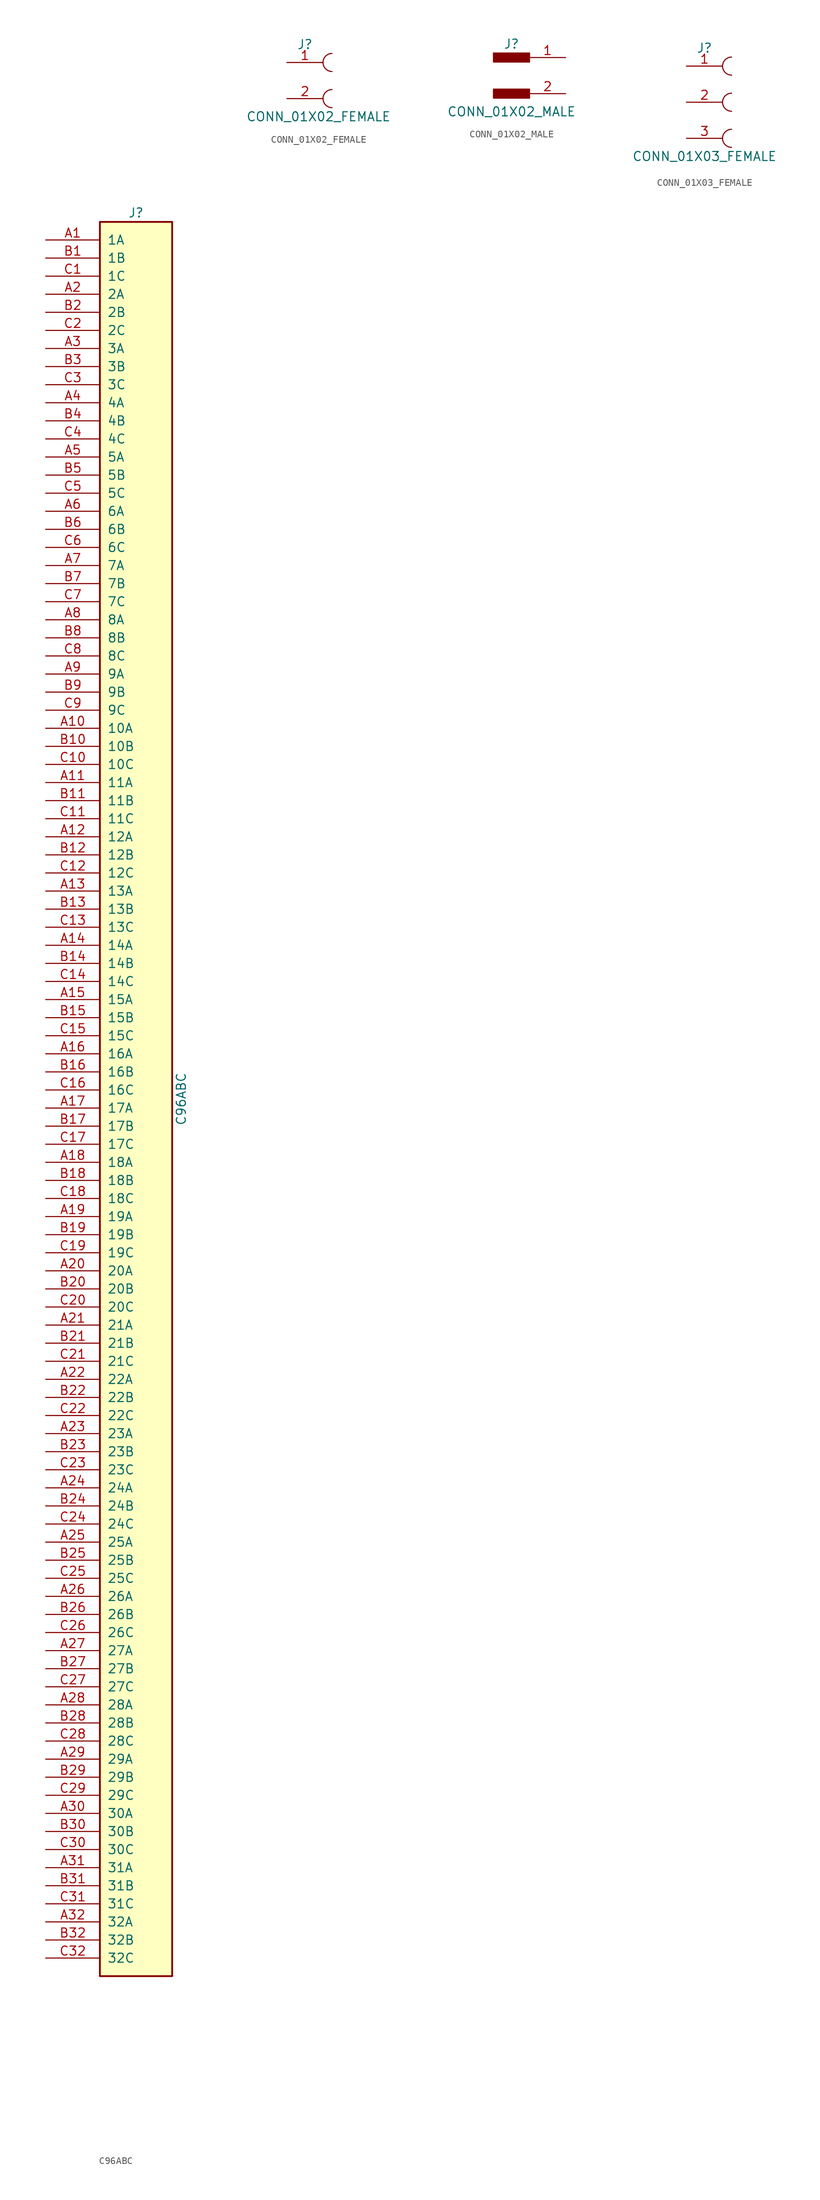
<source format=kicad_sym>
(kicad_symbol_lib
  (version 20211014)
  (generator kicad_symbol_editor)
  (symbol "C96ABC"
    (pin_names
      (offset 1.016))
    (property "Reference" "J"
      (at 0 124.46 0)
      (effects (font (size 1.27 1.27))))
    (property "Value" "C96ABC"
      (at 6.35 0 90)
      (effects (font (size 1.27 1.27))))
    (symbol "C96ABC_0_1"
      (rectangle (start -5.08 -123.19) (end 5.08 123.19) (stroke (width 0.254) (type default) (color 0 0 0 0)) (fill (type background))))
    (symbol "C96ABC_1_1"
      (pin passive line (at -12.7 120.65 0) (length 7.62) (name "1A" (effects (font (size 1.27 1.27)))) (number "A1" (effects (font (size 1.27 1.27)))))
      (pin passive line (at -12.7 52.07 0) (length 7.62) (name "10A" (effects (font (size 1.27 1.27)))) (number "A10" (effects (font (size 1.27 1.27)))))
      (pin passive line (at -12.7 44.45 0) (length 7.62) (name "11A" (effects (font (size 1.27 1.27)))) (number "A11" (effects (font (size 1.27 1.27)))))
      (pin passive line (at -12.7 36.83 0) (length 7.62) (name "12A" (effects (font (size 1.27 1.27)))) (number "A12" (effects (font (size 1.27 1.27)))))
      (pin passive line (at -12.7 29.21 0) (length 7.62) (name "13A" (effects (font (size 1.27 1.27)))) (number "A13" (effects (font (size 1.27 1.27)))))
      (pin passive line (at -12.7 21.59 0) (length 7.62) (name "14A" (effects (font (size 1.27 1.27)))) (number "A14" (effects (font (size 1.27 1.27)))))
      (pin passive line (at -12.7 13.97 0) (length 7.62) (name "15A" (effects (font (size 1.27 1.27)))) (number "A15" (effects (font (size 1.27 1.27)))))
      (pin passive line (at -12.7 6.35 0) (length 7.62) (name "16A" (effects (font (size 1.27 1.27)))) (number "A16" (effects (font (size 1.27 1.27)))))
      (pin passive line (at -12.7 -1.27 0) (length 7.62) (name "17A" (effects (font (size 1.27 1.27)))) (number "A17" (effects (font (size 1.27 1.27)))))
      (pin passive line (at -12.7 -8.89 0) (length 7.62) (name "18A" (effects (font (size 1.27 1.27)))) (number "A18" (effects (font (size 1.27 1.27)))))
      (pin passive line (at -12.7 -16.51 0) (length 7.62) (name "19A" (effects (font (size 1.27 1.27)))) (number "A19" (effects (font (size 1.27 1.27)))))
      (pin passive line (at -12.7 113.03 0) (length 7.62) (name "2A" (effects (font (size 1.27 1.27)))) (number "A2" (effects (font (size 1.27 1.27)))))
      (pin passive line (at -12.7 -24.13 0) (length 7.62) (name "20A" (effects (font (size 1.27 1.27)))) (number "A20" (effects (font (size 1.27 1.27)))))
      (pin tri_state line (at -12.7 -31.75 0) (length 7.62) (name "21A" (effects (font (size 1.27 1.27)))) (number "A21" (effects (font (size 1.27 1.27)))))
      (pin passive line (at -12.7 -39.37 0) (length 7.62) (name "22A" (effects (font (size 1.27 1.27)))) (number "A22" (effects (font (size 1.27 1.27)))))
      (pin passive line (at -12.7 -46.99 0) (length 7.62) (name "23A" (effects (font (size 1.27 1.27)))) (number "A23" (effects (font (size 1.27 1.27)))))
      (pin passive line (at -12.7 -54.61 0) (length 7.62) (name "24A" (effects (font (size 1.27 1.27)))) (number "A24" (effects (font (size 1.27 1.27)))))
      (pin passive line (at -12.7 -62.23 0) (length 7.62) (name "25A" (effects (font (size 1.27 1.27)))) (number "A25" (effects (font (size 1.27 1.27)))))
      (pin passive line (at -12.7 -69.85 0) (length 7.62) (name "26A" (effects (font (size 1.27 1.27)))) (number "A26" (effects (font (size 1.27 1.27)))))
      (pin passive line (at -12.7 -77.47 0) (length 7.62) (name "27A" (effects (font (size 1.27 1.27)))) (number "A27" (effects (font (size 1.27 1.27)))))
      (pin passive line (at -12.7 -85.09 0) (length 7.62) (name "28A" (effects (font (size 1.27 1.27)))) (number "A28" (effects (font (size 1.27 1.27)))))
      (pin passive line (at -12.7 -92.71 0) (length 7.62) (name "29A" (effects (font (size 1.27 1.27)))) (number "A29" (effects (font (size 1.27 1.27)))))
      (pin passive line (at -12.7 105.41 0) (length 7.62) (name "3A" (effects (font (size 1.27 1.27)))) (number "A3" (effects (font (size 1.27 1.27)))))
      (pin passive line (at -12.7 -100.33 0) (length 7.62) (name "30A" (effects (font (size 1.27 1.27)))) (number "A30" (effects (font (size 1.27 1.27)))))
      (pin passive line (at -12.7 -107.95 0) (length 7.62) (name "31A" (effects (font (size 1.27 1.27)))) (number "A31" (effects (font (size 1.27 1.27)))))
      (pin passive line (at -12.7 -115.57 0) (length 7.62) (name "32A" (effects (font (size 1.27 1.27)))) (number "A32" (effects (font (size 1.27 1.27)))))
      (pin passive line (at -12.7 97.79 0) (length 7.62) (name "4A" (effects (font (size 1.27 1.27)))) (number "A4" (effects (font (size 1.27 1.27)))))
      (pin passive line (at -12.7 90.17 0) (length 7.62) (name "5A" (effects (font (size 1.27 1.27)))) (number "A5" (effects (font (size 1.27 1.27)))))
      (pin passive line (at -12.7 82.55 0) (length 7.62) (name "6A" (effects (font (size 1.27 1.27)))) (number "A6" (effects (font (size 1.27 1.27)))))
      (pin passive line (at -12.7 74.93 0) (length 7.62) (name "7A" (effects (font (size 1.27 1.27)))) (number "A7" (effects (font (size 1.27 1.27)))))
      (pin passive line (at -12.7 67.31 0) (length 7.62) (name "8A" (effects (font (size 1.27 1.27)))) (number "A8" (effects (font (size 1.27 1.27)))))
      (pin passive line (at -12.7 59.69 0) (length 7.62) (name "9A" (effects (font (size 1.27 1.27)))) (number "A9" (effects (font (size 1.27 1.27)))))
      (pin passive line (at -12.7 118.11 0) (length 7.62) (name "1B" (effects (font (size 1.27 1.27)))) (number "B1" (effects (font (size 1.27 1.27)))))
      (pin passive line (at -12.7 49.53 0) (length 7.62) (name "10B" (effects (font (size 1.27 1.27)))) (number "B10" (effects (font (size 1.27 1.27)))))
      (pin passive line (at -12.7 41.91 0) (length 7.62) (name "11B" (effects (font (size 1.27 1.27)))) (number "B11" (effects (font (size 1.27 1.27)))))
      (pin passive line (at -12.7 34.29 0) (length 7.62) (name "12B" (effects (font (size 1.27 1.27)))) (number "B12" (effects (font (size 1.27 1.27)))))
      (pin passive line (at -12.7 26.67 0) (length 7.62) (name "13B" (effects (font (size 1.27 1.27)))) (number "B13" (effects (font (size 1.27 1.27)))))
      (pin passive line (at -12.7 19.05 0) (length 7.62) (name "14B" (effects (font (size 1.27 1.27)))) (number "B14" (effects (font (size 1.27 1.27)))))
      (pin passive line (at -12.7 11.43 0) (length 7.62) (name "15B" (effects (font (size 1.27 1.27)))) (number "B15" (effects (font (size 1.27 1.27)))))
      (pin passive line (at -12.7 3.81 0) (length 7.62) (name "16B" (effects (font (size 1.27 1.27)))) (number "B16" (effects (font (size 1.27 1.27)))))
      (pin passive line (at -12.7 -3.81 0) (length 7.62) (name "17B" (effects (font (size 1.27 1.27)))) (number "B17" (effects (font (size 1.27 1.27)))))
      (pin passive line (at -12.7 -11.43 0) (length 7.62) (name "18B" (effects (font (size 1.27 1.27)))) (number "B18" (effects (font (size 1.27 1.27)))))
      (pin passive line (at -12.7 -19.05 0) (length 7.62) (name "19B" (effects (font (size 1.27 1.27)))) (number "B19" (effects (font (size 1.27 1.27)))))
      (pin passive line (at -12.7 110.49 0) (length 7.62) (name "2B" (effects (font (size 1.27 1.27)))) (number "B2" (effects (font (size 1.27 1.27)))))
      (pin passive line (at -12.7 -26.67 0) (length 7.62) (name "20B" (effects (font (size 1.27 1.27)))) (number "B20" (effects (font (size 1.27 1.27)))))
      (pin passive line (at -12.7 -34.29 0) (length 7.62) (name "21B" (effects (font (size 1.27 1.27)))) (number "B21" (effects (font (size 1.27 1.27)))))
      (pin passive line (at -12.7 -41.91 0) (length 7.62) (name "22B" (effects (font (size 1.27 1.27)))) (number "B22" (effects (font (size 1.27 1.27)))))
      (pin passive line (at -12.7 -49.53 0) (length 7.62) (name "23B" (effects (font (size 1.27 1.27)))) (number "B23" (effects (font (size 1.27 1.27)))))
      (pin passive line (at -12.7 -57.15 0) (length 7.62) (name "24B" (effects (font (size 1.27 1.27)))) (number "B24" (effects (font (size 1.27 1.27)))))
      (pin passive line (at -12.7 -64.77 0) (length 7.62) (name "25B" (effects (font (size 1.27 1.27)))) (number "B25" (effects (font (size 1.27 1.27)))))
      (pin passive line (at -12.7 -72.39 0) (length 7.62) (name "26B" (effects (font (size 1.27 1.27)))) (number "B26" (effects (font (size 1.27 1.27)))))
      (pin passive line (at -12.7 -80.01 0) (length 7.62) (name "27B" (effects (font (size 1.27 1.27)))) (number "B27" (effects (font (size 1.27 1.27)))))
      (pin passive line (at -12.7 -87.63 0) (length 7.62) (name "28B" (effects (font (size 1.27 1.27)))) (number "B28" (effects (font (size 1.27 1.27)))))
      (pin passive line (at -12.7 -95.25 0) (length 7.62) (name "29B" (effects (font (size 1.27 1.27)))) (number "B29" (effects (font (size 1.27 1.27)))))
      (pin passive line (at -12.7 102.87 0) (length 7.62) (name "3B" (effects (font (size 1.27 1.27)))) (number "B3" (effects (font (size 1.27 1.27)))))
      (pin passive line (at -12.7 -102.87 0) (length 7.62) (name "30B" (effects (font (size 1.27 1.27)))) (number "B30" (effects (font (size 1.27 1.27)))))
      (pin passive line (at -12.7 -110.49 0) (length 7.62) (name "31B" (effects (font (size 1.27 1.27)))) (number "B31" (effects (font (size 1.27 1.27)))))
      (pin passive line (at -12.7 -118.11 0) (length 7.62) (name "32B" (effects (font (size 1.27 1.27)))) (number "B32" (effects (font (size 1.27 1.27)))))
      (pin passive line (at -12.7 95.25 0) (length 7.62) (name "4B" (effects (font (size 1.27 1.27)))) (number "B4" (effects (font (size 1.27 1.27)))))
      (pin passive line (at -12.7 87.63 0) (length 7.62) (name "5B" (effects (font (size 1.27 1.27)))) (number "B5" (effects (font (size 1.27 1.27)))))
      (pin passive line (at -12.7 80.01 0) (length 7.62) (name "6B" (effects (font (size 1.27 1.27)))) (number "B6" (effects (font (size 1.27 1.27)))))
      (pin passive line (at -12.7 72.39 0) (length 7.62) (name "7B" (effects (font (size 1.27 1.27)))) (number "B7" (effects (font (size 1.27 1.27)))))
      (pin passive line (at -12.7 64.77 0) (length 7.62) (name "8B" (effects (font (size 1.27 1.27)))) (number "B8" (effects (font (size 1.27 1.27)))))
      (pin passive line (at -12.7 57.15 0) (length 7.62) (name "9B" (effects (font (size 1.27 1.27)))) (number "B9" (effects (font (size 1.27 1.27)))))
      (pin passive line (at -12.7 115.57 0) (length 7.62) (name "1C" (effects (font (size 1.27 1.27)))) (number "C1" (effects (font (size 1.27 1.27)))))
      (pin passive line (at -12.7 46.99 0) (length 7.62) (name "10C" (effects (font (size 1.27 1.27)))) (number "C10" (effects (font (size 1.27 1.27)))))
      (pin passive line (at -12.7 39.37 0) (length 7.62) (name "11C" (effects (font (size 1.27 1.27)))) (number "C11" (effects (font (size 1.27 1.27)))))
      (pin passive line (at -12.7 31.75 0) (length 7.62) (name "12C" (effects (font (size 1.27 1.27)))) (number "C12" (effects (font (size 1.27 1.27)))))
      (pin passive line (at -12.7 24.13 0) (length 7.62) (name "13C" (effects (font (size 1.27 1.27)))) (number "C13" (effects (font (size 1.27 1.27)))))
      (pin passive line (at -12.7 16.51 0) (length 7.62) (name "14C" (effects (font (size 1.27 1.27)))) (number "C14" (effects (font (size 1.27 1.27)))))
      (pin passive line (at -12.7 8.89 0) (length 7.62) (name "15C" (effects (font (size 1.27 1.27)))) (number "C15" (effects (font (size 1.27 1.27)))))
      (pin passive line (at -12.7 1.27 0) (length 7.62) (name "16C" (effects (font (size 1.27 1.27)))) (number "C16" (effects (font (size 1.27 1.27)))))
      (pin passive line (at -12.7 -6.35 0) (length 7.62) (name "17C" (effects (font (size 1.27 1.27)))) (number "C17" (effects (font (size 1.27 1.27)))))
      (pin passive line (at -12.7 -13.97 0) (length 7.62) (name "18C" (effects (font (size 1.27 1.27)))) (number "C18" (effects (font (size 1.27 1.27)))))
      (pin passive line (at -12.7 -21.59 0) (length 7.62) (name "19C" (effects (font (size 1.27 1.27)))) (number "C19" (effects (font (size 1.27 1.27)))))
      (pin passive line (at -12.7 107.95 0) (length 7.62) (name "2C" (effects (font (size 1.27 1.27)))) (number "C2" (effects (font (size 1.27 1.27)))))
      (pin passive line (at -12.7 -29.21 0) (length 7.62) (name "20C" (effects (font (size 1.27 1.27)))) (number "C20" (effects (font (size 1.27 1.27)))))
      (pin passive line (at -12.7 -36.83 0) (length 7.62) (name "21C" (effects (font (size 1.27 1.27)))) (number "C21" (effects (font (size 1.27 1.27)))))
      (pin passive line (at -12.7 -44.45 0) (length 7.62) (name "22C" (effects (font (size 1.27 1.27)))) (number "C22" (effects (font (size 1.27 1.27)))))
      (pin passive line (at -12.7 -52.07 0) (length 7.62) (name "23C" (effects (font (size 1.27 1.27)))) (number "C23" (effects (font (size 1.27 1.27)))))
      (pin passive line (at -12.7 -59.69 0) (length 7.62) (name "24C" (effects (font (size 1.27 1.27)))) (number "C24" (effects (font (size 1.27 1.27)))))
      (pin passive line (at -12.7 -67.31 0) (length 7.62) (name "25C" (effects (font (size 1.27 1.27)))) (number "C25" (effects (font (size 1.27 1.27)))))
      (pin passive line (at -12.7 -74.93 0) (length 7.62) (name "26C" (effects (font (size 1.27 1.27)))) (number "C26" (effects (font (size 1.27 1.27)))))
      (pin passive line (at -12.7 -82.55 0) (length 7.62) (name "27C" (effects (font (size 1.27 1.27)))) (number "C27" (effects (font (size 1.27 1.27)))))
      (pin passive line (at -12.7 -90.17 0) (length 7.62) (name "28C" (effects (font (size 1.27 1.27)))) (number "C28" (effects (font (size 1.27 1.27)))))
      (pin passive line (at -12.7 -97.79 0) (length 7.62) (name "29C" (effects (font (size 1.27 1.27)))) (number "C29" (effects (font (size 1.27 1.27)))))
      (pin passive line (at -12.7 100.33 0) (length 7.62) (name "3C" (effects (font (size 1.27 1.27)))) (number "C3" (effects (font (size 1.27 1.27)))))
      (pin passive line (at -12.7 -105.41 0) (length 7.62) (name "30C" (effects (font (size 1.27 1.27)))) (number "C30" (effects (font (size 1.27 1.27)))))
      (pin passive line (at -12.7 -113.03 0) (length 7.62) (name "31C" (effects (font (size 1.27 1.27)))) (number "C31" (effects (font (size 1.27 1.27)))))
      (pin passive line (at -12.7 -120.65 0) (length 7.62) (name "32C" (effects (font (size 1.27 1.27)))) (number "C32" (effects (font (size 1.27 1.27)))))
      (pin passive line (at -12.7 92.71 0) (length 7.62) (name "4C" (effects (font (size 1.27 1.27)))) (number "C4" (effects (font (size 1.27 1.27)))))
      (pin passive line (at -12.7 85.09 0) (length 7.62) (name "5C" (effects (font (size 1.27 1.27)))) (number "C5" (effects (font (size 1.27 1.27)))))
      (pin passive line (at -12.7 77.47 0) (length 7.62) (name "6C" (effects (font (size 1.27 1.27)))) (number "C6" (effects (font (size 1.27 1.27)))))
      (pin passive line (at -12.7 69.85 0) (length 7.62) (name "7C" (effects (font (size 1.27 1.27)))) (number "C7" (effects (font (size 1.27 1.27)))))
      (pin passive line (at -12.7 62.23 0) (length 7.62) (name "8C" (effects (font (size 1.27 1.27)))) (number "C8" (effects (font (size 1.27 1.27)))))
      (pin passive line (at -12.7 54.61 0) (length 7.62) (name "9C" (effects (font (size 1.27 1.27)))) (number "C9" (effects (font (size 1.27 1.27)))))))
  (symbol "CONN_01X02_FEMALE"
    (pin_names
      (offset 1.016) hide)
    (property "Reference" "J"
      (at 0 5.08 0)
      (effects (font (size 1.27 1.27))))
    (property "Value" "CONN_01X02_FEMALE"
      (at 1.905 -5.08 0)
      (effects (font (size 1.27 1.27))))
    (symbol "CONN_01X02_FEMALE_0_1"
      (arc (start 3.81 -1.27) (mid 2.54 -2.54) (end 3.81 -3.81) (stroke (width 0) (type default) (color 0 0 0 0)) (fill (type none)))
      (arc (start 3.81 3.81) (mid 2.54 2.54) (end 3.81 1.27) (stroke (width 0) (type default) (color 0 0 0 0)) (fill (type none))))
    (symbol "CONN_01X02_FEMALE_1_1"
      (pin passive line (at -2.54 2.54 0) (length 5.08) (name "1" (effects (font (size 1.27 1.27)))) (number "1" (effects (font (size 1.27 1.27)))))
      (pin passive line (at -2.54 -2.54 0) (length 5.08) (name "2" (effects (font (size 1.27 1.27)))) (number "2" (effects (font (size 1.27 1.27)))))))
  (symbol "CONN_01X02_MALE"
    (pin_names
      (offset 1.016) hide)
    (property "Reference" "J"
      (at 0 4.445 0)
      (effects (font (size 1.27 1.27))))
    (property "Value" "CONN_01X02_MALE"
      (at 0 -5.08 0)
      (effects (font (size 1.27 1.27))))
    (symbol "CONN_01X02_MALE_0_1"
      (rectangle (start -2.54 -1.905) (end 2.54 -3.175) (stroke (width 0) (type default) (color 0 0 0 0)) (fill (type outline)))
      (rectangle (start -2.54 3.175) (end -2.54 3.175) (stroke (width 0) (type default) (color 0 0 0 0)) (fill (type none)))
      (rectangle (start 2.54 3.175) (end -2.54 1.905) (stroke (width 0) (type default) (color 0 0 0 0)) (fill (type outline))))
    (symbol "CONN_01X02_MALE_1_1"
      (pin passive line (at 7.62 2.54 180) (length 5.08) (name "1" (effects (font (size 1.27 1.27)))) (number "1" (effects (font (size 1.27 1.27)))))
      (pin passive line (at 7.62 -2.54 180) (length 5.08) (name "2" (effects (font (size 1.27 1.27)))) (number "2" (effects (font (size 1.27 1.27)))))))
  (symbol "CONN_01X03_FEMALE"
    (pin_names
      (offset 1.016) hide)
    (property "Reference" "J"
      (at 0 7.62 0)
      (effects (font (size 1.27 1.27))))
    (property "Value" "CONN_01X03_FEMALE"
      (at 0 -7.62 0)
      (effects (font (size 1.27 1.27))))
    (symbol "CONN_01X03_FEMALE_0_1"
      (arc (start 3.81 -3.81) (mid 2.54 -5.08) (end 3.81 -6.35) (stroke (width 0) (type default) (color 0 0 0 0)) (fill (type none)))
      (arc (start 3.81 1.27) (mid 2.54 0) (end 3.81 -1.27) (stroke (width 0) (type default) (color 0 0 0 0)) (fill (type none)))
      (arc (start 3.81 6.35) (mid 2.54 5.08) (end 3.81 3.81) (stroke (width 0) (type default) (color 0 0 0 0)) (fill (type none))))
    (symbol "CONN_01X03_FEMALE_1_1"
      (pin passive line (at -2.54 5.08 0) (length 5.08) (name "1" (effects (font (size 1.27 1.27)))) (number "1" (effects (font (size 1.27 1.27)))))
      (pin passive line (at -2.54 0 0) (length 5.08) (name "2" (effects (font (size 1.27 1.27)))) (number "2" (effects (font (size 1.27 1.27)))))
      (pin passive line (at -2.54 -5.08 0) (length 5.08) (name "3" (effects (font (size 1.27 1.27)))) (number "3" (effects (font (size 1.27 1.27))))))))
</source>
